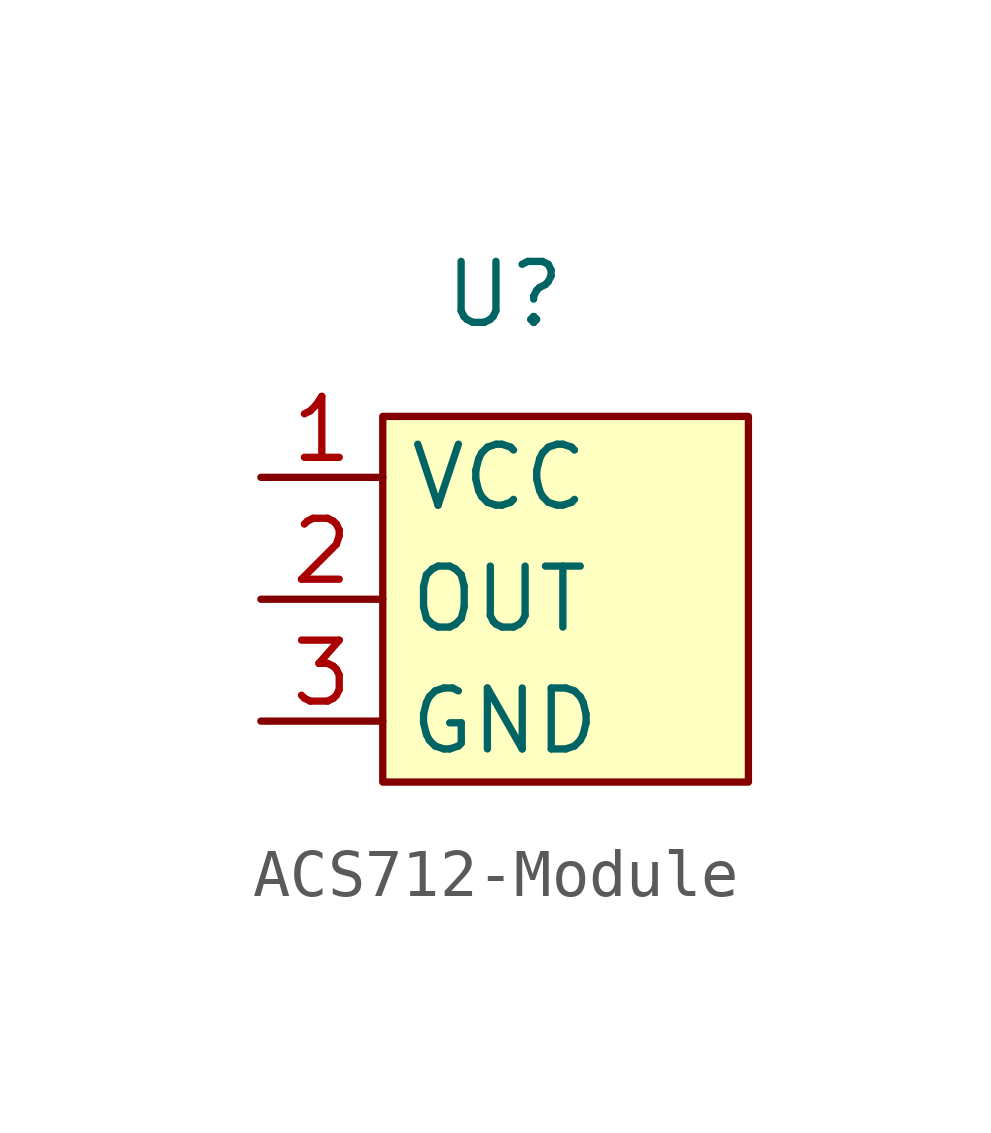
<source format=kicad_sym>
(kicad_symbol_lib
  (version 20220914)
  (generator kicad_symbol_editor)
  (symbol "ACS712-Module"
    (property "Reference" "U"
      (at 0 0 0)
      (effects (font (size 1.27 1.27))))
    (property "Value" ""
      (at 0 0 0)
      (effects (font (size 1.27 1.27))))
    (symbol "ACS712-Module_1_1"
      (rectangle (start -2.54 -2.54) (end 5.08 -10.16) (stroke (width 0) (type default)) (fill (type background)))
      (pin power_in line (at -5.08 -3.81 0) (length 2.54) (name "VCC" (effects (font (size 1.27 1.27)))) (number "1" (effects (font (size 1.27 1.27)))))
      (pin output line (at -5.08 -6.35 0) (length 2.54) (name "OUT" (effects (font (size 1.27 1.27)))) (number "2" (effects (font (size 1.27 1.27)))))
      (pin passive line (at -5.08 -8.89 0) (length 2.54) (name "GND" (effects (font (size 1.27 1.27)))) (number "3" (effects (font (size 1.27 1.27))))))))
</source>
